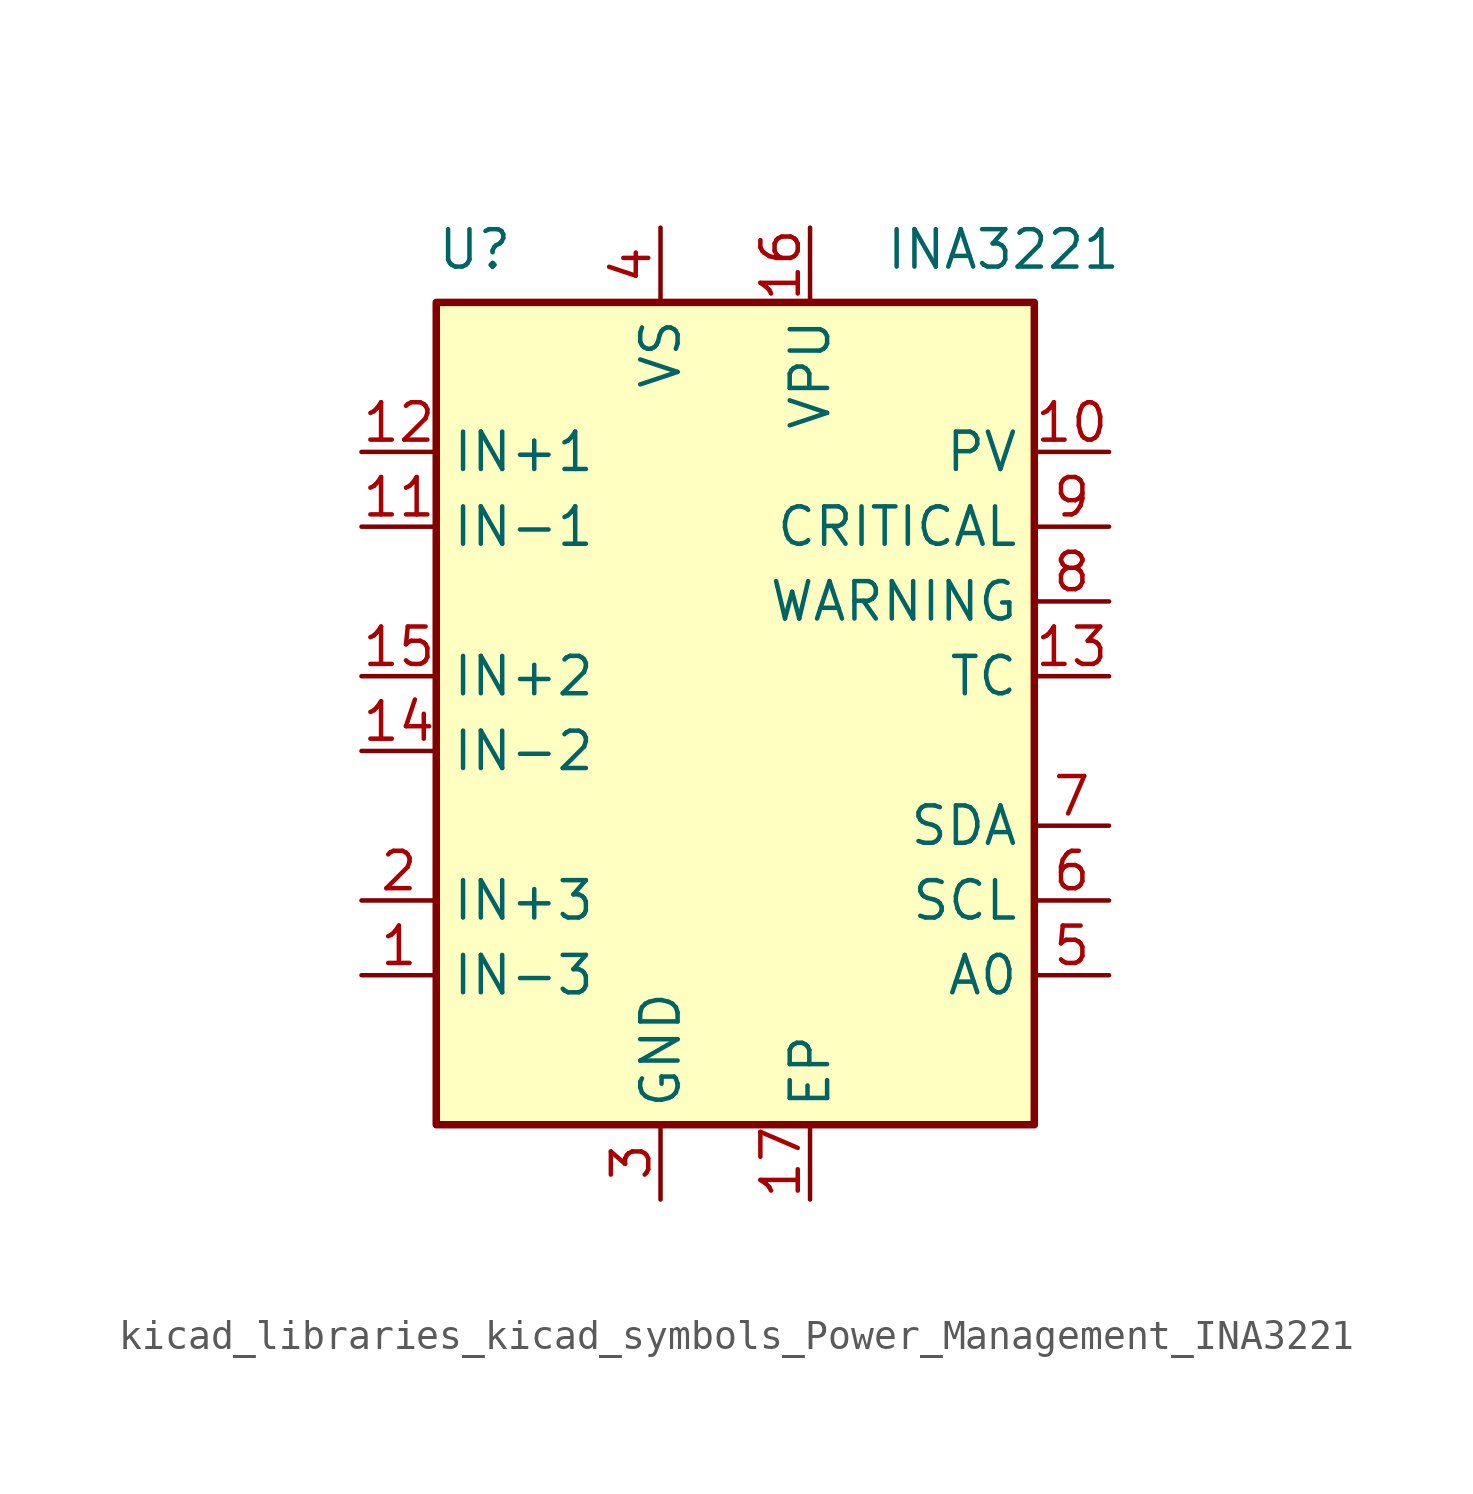
<source format=kicad_sym>
(kicad_symbol_lib
  (version 20220914)
  (generator kicad_symbol_editor)
  (symbol "kicad_libraries_kicad_symbols_Power_Management_INA3221"
    (property "Reference" "U"
      (at -10.16 17.78 0)
      (effects (font (size 1.27 1.27)) (justify left top)))
    (property "Value" "INA3221"
      (at 5.08 17.78 0)
      (effects (font (size 1.27 1.27)) (justify left top)))
    (symbol "kicad_libraries_kicad_symbols_Power_Management_INA3221_0_1"
      (rectangle (start 10.16 -12.7) (end -10.16 15.24) (stroke (width 0.254) (type default)) (fill (type background))))
    (symbol "kicad_libraries_kicad_symbols_Power_Management_INA3221_1_1"
      (pin input line (at -12.7 -7.62 0) (length 2.54) (name "IN-3" (effects (font (size 1.27 1.27)))) (number "1" (effects (font (size 1.27 1.27)))))
      (pin open_collector line (at 12.7 10.16 180) (length 2.54) (name "PV" (effects (font (size 1.27 1.27)))) (number "10" (effects (font (size 1.27 1.27)))))
      (pin input line (at -12.7 7.62 0) (length 2.54) (name "IN-1" (effects (font (size 1.27 1.27)))) (number "11" (effects (font (size 1.27 1.27)))))
      (pin input line (at -12.7 10.16 0) (length 2.54) (name "IN+1" (effects (font (size 1.27 1.27)))) (number "12" (effects (font (size 1.27 1.27)))))
      (pin open_collector line (at 12.7 2.54 180) (length 2.54) (name "TC" (effects (font (size 1.27 1.27)))) (number "13" (effects (font (size 1.27 1.27)))))
      (pin input line (at -12.7 0 0) (length 2.54) (name "IN-2" (effects (font (size 1.27 1.27)))) (number "14" (effects (font (size 1.27 1.27)))))
      (pin input line (at -12.7 2.54 0) (length 2.54) (name "IN+2" (effects (font (size 1.27 1.27)))) (number "15" (effects (font (size 1.27 1.27)))))
      (pin power_in line (at 2.54 17.78 270) (length 2.54) (name "VPU" (effects (font (size 1.27 1.27)))) (number "16" (effects (font (size 1.27 1.27)))))
      (pin passive line (at 2.54 -15.24 90) (length 2.54) (name "EP" (effects (font (size 1.27 1.27)))) (number "17" (effects (font (size 1.27 1.27)))))
      (pin input line (at -12.7 -5.08 0) (length 2.54) (name "IN+3" (effects (font (size 1.27 1.27)))) (number "2" (effects (font (size 1.27 1.27)))))
      (pin power_in line (at -2.54 -15.24 90) (length 2.54) (name "GND" (effects (font (size 1.27 1.27)))) (number "3" (effects (font (size 1.27 1.27)))))
      (pin power_in line (at -2.54 17.78 270) (length 2.54) (name "VS" (effects (font (size 1.27 1.27)))) (number "4" (effects (font (size 1.27 1.27)))))
      (pin input line (at 12.7 -7.62 180) (length 2.54) (name "A0" (effects (font (size 1.27 1.27)))) (number "5" (effects (font (size 1.27 1.27)))))
      (pin input line (at 12.7 -5.08 180) (length 2.54) (name "SCL" (effects (font (size 1.27 1.27)))) (number "6" (effects (font (size 1.27 1.27)))))
      (pin bidirectional line (at 12.7 -2.54 180) (length 2.54) (name "SDA" (effects (font (size 1.27 1.27)))) (number "7" (effects (font (size 1.27 1.27)))))
      (pin open_collector line (at 12.7 5.08 180) (length 2.54) (name "WARNING" (effects (font (size 1.27 1.27)))) (number "8" (effects (font (size 1.27 1.27)))))
      (pin open_collector line (at 12.7 7.62 180) (length 2.54) (name "CRITICAL" (effects (font (size 1.27 1.27)))) (number "9" (effects (font (size 1.27 1.27))))))))
</source>
